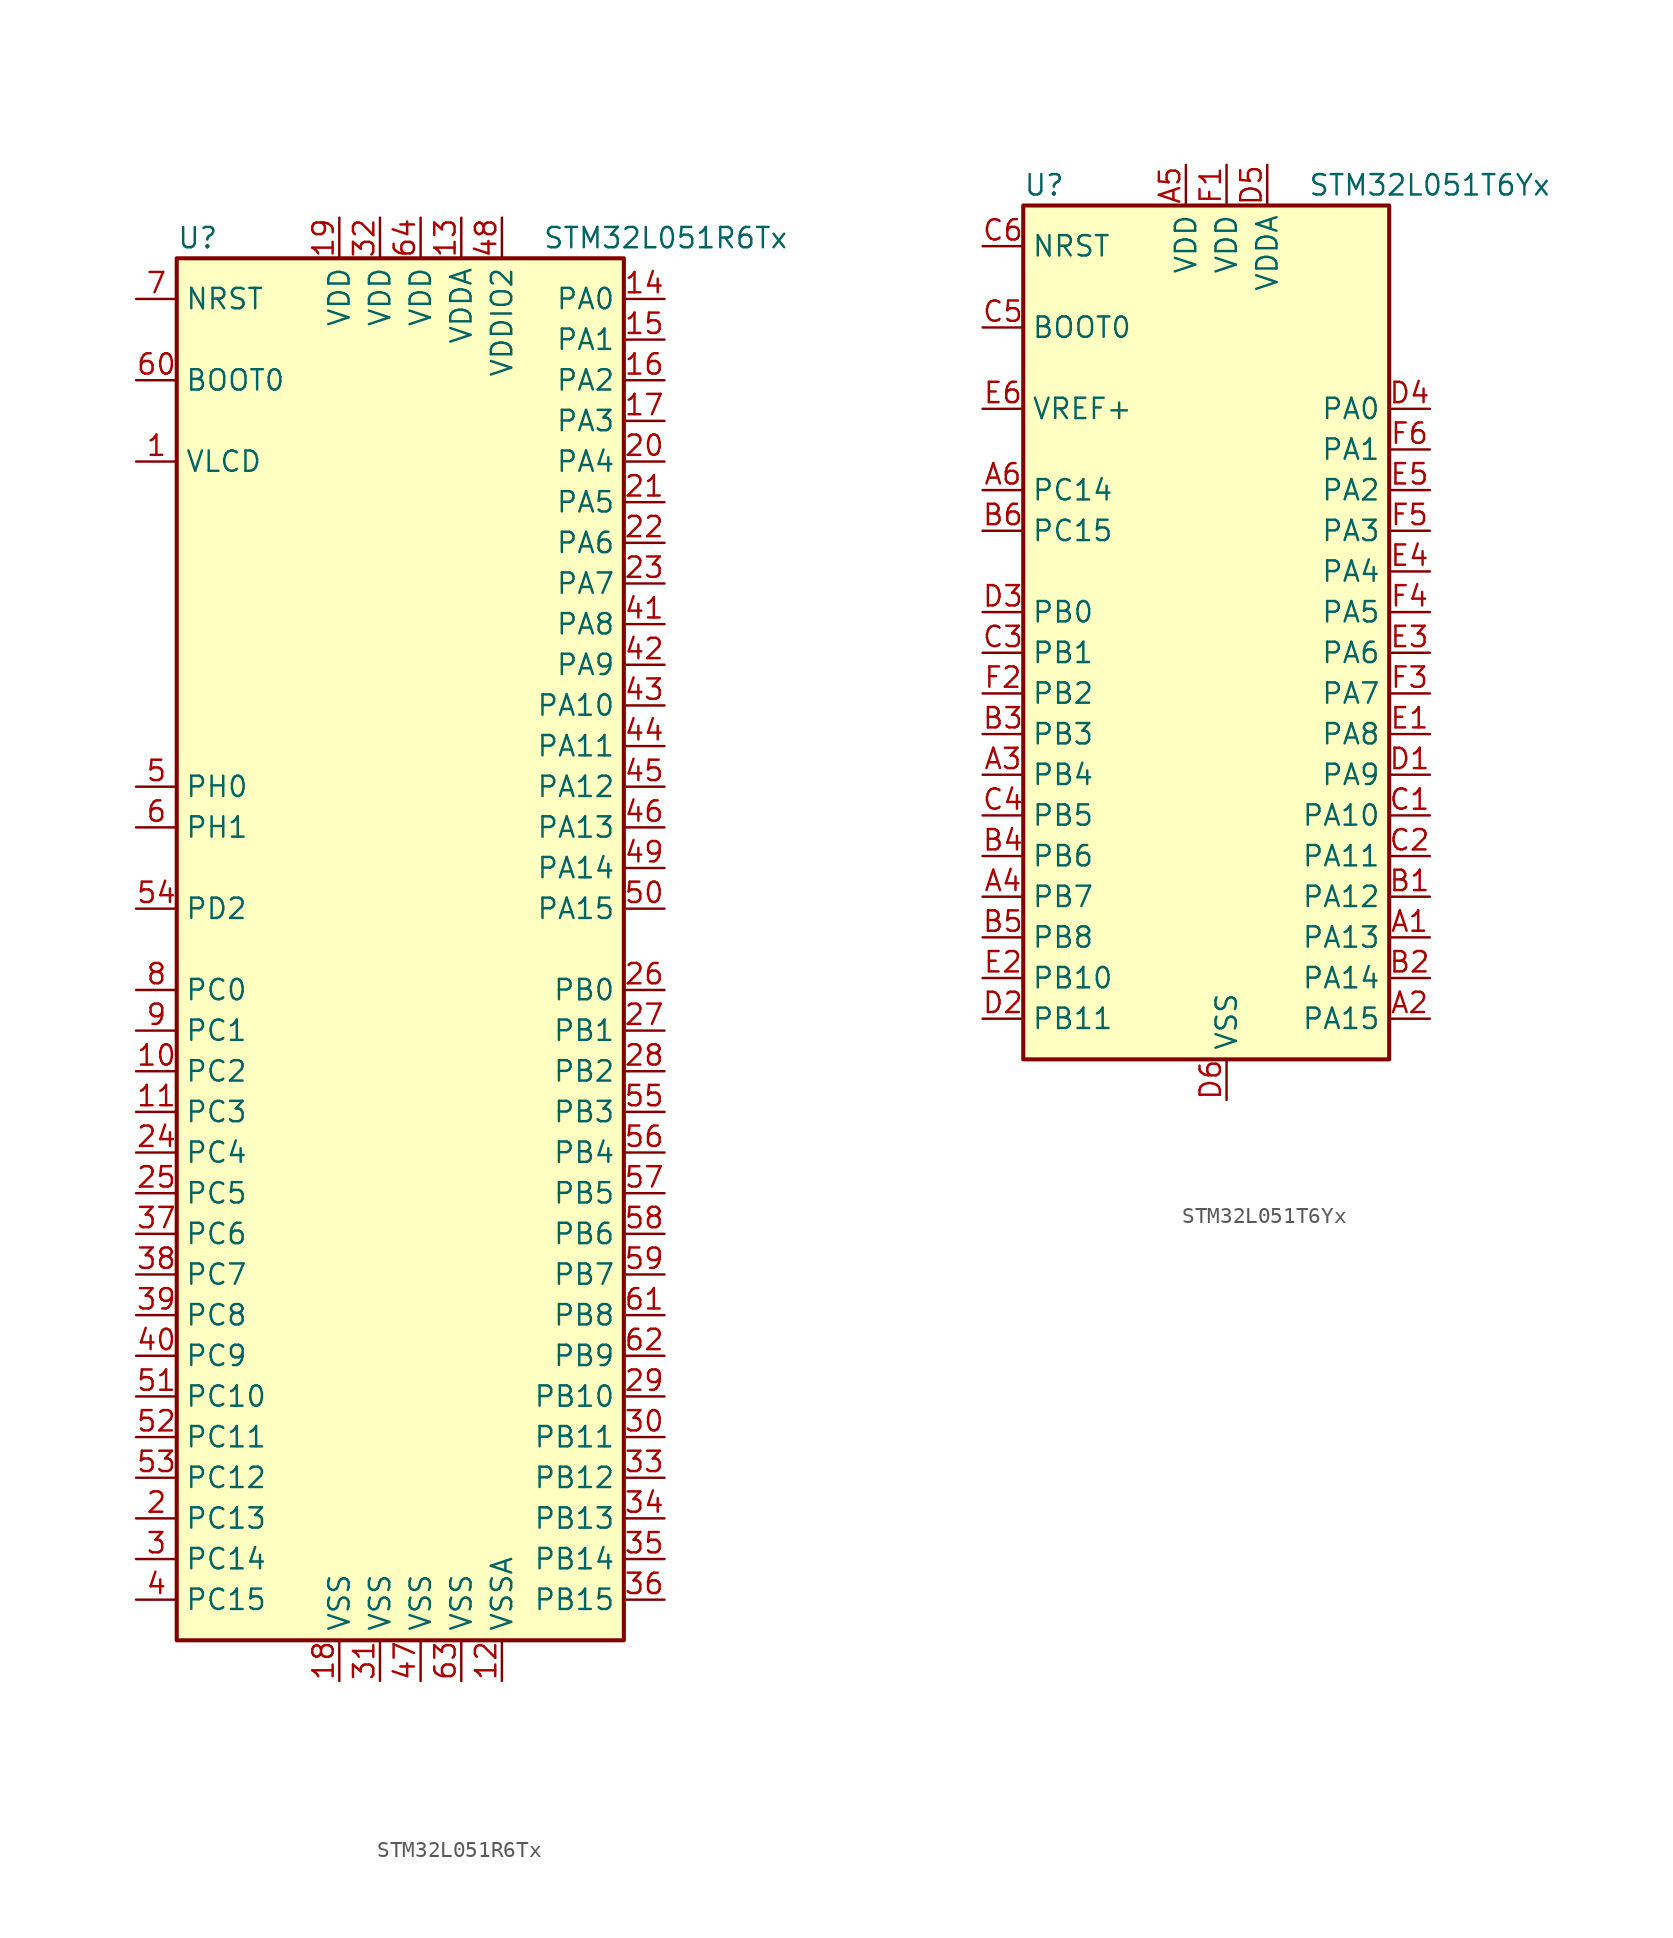
<source format=kicad_sym>
(kicad_symbol_lib
  (version 20201005)
  (generator kicad_symbol_editor)
  (symbol "STM32L051R6Tx"
    (property "Reference" "U"
      (at -15.24 44.45 0)
      (effects (font (size 1.27 1.27)) (justify left)))
    (property "Value" "STM32L051R6Tx"
      (at 7.62 44.45 0)
      (effects (font (size 1.27 1.27)) (justify left)))
    (symbol "STM32L051R6Tx_0_1"
      (rectangle (start -15.24 -43.18) (end 12.7 43.18) (stroke (width 0.254)) (fill (type background))))
    (symbol "STM32L051R6Tx_1_1"
      (pin power_in line (at -17.78 30.48 0) (length 2.54) (name "VLCD" (effects (font (size 1.27 1.27)))) (number "1" (effects (font (size 1.27 1.27)))))
      (pin bidirectional line (at -17.78 -7.62 0) (length 2.54) (name "PC2" (effects (font (size 1.27 1.27)))) (number "10" (effects (font (size 1.27 1.27)))))
      (pin bidirectional line (at -17.78 -10.16 0) (length 2.54) (name "PC3" (effects (font (size 1.27 1.27)))) (number "11" (effects (font (size 1.27 1.27)))))
      (pin power_in line (at 5.08 -45.72 90) (length 2.54) (name "VSSA" (effects (font (size 1.27 1.27)))) (number "12" (effects (font (size 1.27 1.27)))))
      (pin power_in line (at 2.54 45.72 270) (length 2.54) (name "VDDA" (effects (font (size 1.27 1.27)))) (number "13" (effects (font (size 1.27 1.27)))))
      (pin bidirectional line (at 15.24 40.64 180) (length 2.54) (name "PA0" (effects (font (size 1.27 1.27)))) (number "14" (effects (font (size 1.27 1.27)))))
      (pin bidirectional line (at 15.24 38.1 180) (length 2.54) (name "PA1" (effects (font (size 1.27 1.27)))) (number "15" (effects (font (size 1.27 1.27)))))
      (pin bidirectional line (at 15.24 35.56 180) (length 2.54) (name "PA2" (effects (font (size 1.27 1.27)))) (number "16" (effects (font (size 1.27 1.27)))))
      (pin bidirectional line (at 15.24 33.02 180) (length 2.54) (name "PA3" (effects (font (size 1.27 1.27)))) (number "17" (effects (font (size 1.27 1.27)))))
      (pin power_in line (at -5.08 -45.72 90) (length 2.54) (name "VSS" (effects (font (size 1.27 1.27)))) (number "18" (effects (font (size 1.27 1.27)))))
      (pin power_in line (at -5.08 45.72 270) (length 2.54) (name "VDD" (effects (font (size 1.27 1.27)))) (number "19" (effects (font (size 1.27 1.27)))))
      (pin bidirectional line (at -17.78 -35.56 0) (length 2.54) (name "PC13" (effects (font (size 1.27 1.27)))) (number "2" (effects (font (size 1.27 1.27)))))
      (pin bidirectional line (at 15.24 30.48 180) (length 2.54) (name "PA4" (effects (font (size 1.27 1.27)))) (number "20" (effects (font (size 1.27 1.27)))))
      (pin bidirectional line (at 15.24 27.94 180) (length 2.54) (name "PA5" (effects (font (size 1.27 1.27)))) (number "21" (effects (font (size 1.27 1.27)))))
      (pin bidirectional line (at 15.24 25.4 180) (length 2.54) (name "PA6" (effects (font (size 1.27 1.27)))) (number "22" (effects (font (size 1.27 1.27)))))
      (pin bidirectional line (at 15.24 22.86 180) (length 2.54) (name "PA7" (effects (font (size 1.27 1.27)))) (number "23" (effects (font (size 1.27 1.27)))))
      (pin bidirectional line (at -17.78 -12.7 0) (length 2.54) (name "PC4" (effects (font (size 1.27 1.27)))) (number "24" (effects (font (size 1.27 1.27)))))
      (pin bidirectional line (at -17.78 -15.24 0) (length 2.54) (name "PC5" (effects (font (size 1.27 1.27)))) (number "25" (effects (font (size 1.27 1.27)))))
      (pin bidirectional line (at 15.24 -2.54 180) (length 2.54) (name "PB0" (effects (font (size 1.27 1.27)))) (number "26" (effects (font (size 1.27 1.27)))))
      (pin bidirectional line (at 15.24 -5.08 180) (length 2.54) (name "PB1" (effects (font (size 1.27 1.27)))) (number "27" (effects (font (size 1.27 1.27)))))
      (pin bidirectional line (at 15.24 -7.62 180) (length 2.54) (name "PB2" (effects (font (size 1.27 1.27)))) (number "28" (effects (font (size 1.27 1.27)))))
      (pin bidirectional line (at 15.24 -27.94 180) (length 2.54) (name "PB10" (effects (font (size 1.27 1.27)))) (number "29" (effects (font (size 1.27 1.27)))))
      (pin bidirectional line (at -17.78 -38.1 0) (length 2.54) (name "PC14" (effects (font (size 1.27 1.27)))) (number "3" (effects (font (size 1.27 1.27)))))
      (pin bidirectional line (at 15.24 -30.48 180) (length 2.54) (name "PB11" (effects (font (size 1.27 1.27)))) (number "30" (effects (font (size 1.27 1.27)))))
      (pin power_in line (at -2.54 -45.72 90) (length 2.54) (name "VSS" (effects (font (size 1.27 1.27)))) (number "31" (effects (font (size 1.27 1.27)))))
      (pin power_in line (at -2.54 45.72 270) (length 2.54) (name "VDD" (effects (font (size 1.27 1.27)))) (number "32" (effects (font (size 1.27 1.27)))))
      (pin bidirectional line (at 15.24 -33.02 180) (length 2.54) (name "PB12" (effects (font (size 1.27 1.27)))) (number "33" (effects (font (size 1.27 1.27)))))
      (pin bidirectional line (at 15.24 -35.56 180) (length 2.54) (name "PB13" (effects (font (size 1.27 1.27)))) (number "34" (effects (font (size 1.27 1.27)))))
      (pin bidirectional line (at 15.24 -38.1 180) (length 2.54) (name "PB14" (effects (font (size 1.27 1.27)))) (number "35" (effects (font (size 1.27 1.27)))))
      (pin bidirectional line (at 15.24 -40.64 180) (length 2.54) (name "PB15" (effects (font (size 1.27 1.27)))) (number "36" (effects (font (size 1.27 1.27)))))
      (pin bidirectional line (at -17.78 -17.78 0) (length 2.54) (name "PC6" (effects (font (size 1.27 1.27)))) (number "37" (effects (font (size 1.27 1.27)))))
      (pin bidirectional line (at -17.78 -20.32 0) (length 2.54) (name "PC7" (effects (font (size 1.27 1.27)))) (number "38" (effects (font (size 1.27 1.27)))))
      (pin bidirectional line (at -17.78 -22.86 0) (length 2.54) (name "PC8" (effects (font (size 1.27 1.27)))) (number "39" (effects (font (size 1.27 1.27)))))
      (pin bidirectional line (at -17.78 -40.64 0) (length 2.54) (name "PC15" (effects (font (size 1.27 1.27)))) (number "4" (effects (font (size 1.27 1.27)))))
      (pin bidirectional line (at -17.78 -25.4 0) (length 2.54) (name "PC9" (effects (font (size 1.27 1.27)))) (number "40" (effects (font (size 1.27 1.27)))))
      (pin bidirectional line (at 15.24 20.32 180) (length 2.54) (name "PA8" (effects (font (size 1.27 1.27)))) (number "41" (effects (font (size 1.27 1.27)))))
      (pin bidirectional line (at 15.24 17.78 180) (length 2.54) (name "PA9" (effects (font (size 1.27 1.27)))) (number "42" (effects (font (size 1.27 1.27)))))
      (pin bidirectional line (at 15.24 15.24 180) (length 2.54) (name "PA10" (effects (font (size 1.27 1.27)))) (number "43" (effects (font (size 1.27 1.27)))))
      (pin bidirectional line (at 15.24 12.7 180) (length 2.54) (name "PA11" (effects (font (size 1.27 1.27)))) (number "44" (effects (font (size 1.27 1.27)))))
      (pin bidirectional line (at 15.24 10.16 180) (length 2.54) (name "PA12" (effects (font (size 1.27 1.27)))) (number "45" (effects (font (size 1.27 1.27)))))
      (pin bidirectional line (at 15.24 7.62 180) (length 2.54) (name "PA13" (effects (font (size 1.27 1.27)))) (number "46" (effects (font (size 1.27 1.27)))))
      (pin power_in line (at 0 -45.72 90) (length 2.54) (name "VSS" (effects (font (size 1.27 1.27)))) (number "47" (effects (font (size 1.27 1.27)))))
      (pin power_in line (at 5.08 45.72 270) (length 2.54) (name "VDDIO2" (effects (font (size 1.27 1.27)))) (number "48" (effects (font (size 1.27 1.27)))))
      (pin bidirectional line (at 15.24 5.08 180) (length 2.54) (name "PA14" (effects (font (size 1.27 1.27)))) (number "49" (effects (font (size 1.27 1.27)))))
      (pin input line (at -17.78 10.16 0) (length 2.54) (name "PH0" (effects (font (size 1.27 1.27)))) (number "5" (effects (font (size 1.27 1.27)))))
      (pin bidirectional line (at 15.24 2.54 180) (length 2.54) (name "PA15" (effects (font (size 1.27 1.27)))) (number "50" (effects (font (size 1.27 1.27)))))
      (pin bidirectional line (at -17.78 -27.94 0) (length 2.54) (name "PC10" (effects (font (size 1.27 1.27)))) (number "51" (effects (font (size 1.27 1.27)))))
      (pin bidirectional line (at -17.78 -30.48 0) (length 2.54) (name "PC11" (effects (font (size 1.27 1.27)))) (number "52" (effects (font (size 1.27 1.27)))))
      (pin bidirectional line (at -17.78 -33.02 0) (length 2.54) (name "PC12" (effects (font (size 1.27 1.27)))) (number "53" (effects (font (size 1.27 1.27)))))
      (pin bidirectional line (at -17.78 2.54 0) (length 2.54) (name "PD2" (effects (font (size 1.27 1.27)))) (number "54" (effects (font (size 1.27 1.27)))))
      (pin bidirectional line (at 15.24 -10.16 180) (length 2.54) (name "PB3" (effects (font (size 1.27 1.27)))) (number "55" (effects (font (size 1.27 1.27)))))
      (pin bidirectional line (at 15.24 -12.7 180) (length 2.54) (name "PB4" (effects (font (size 1.27 1.27)))) (number "56" (effects (font (size 1.27 1.27)))))
      (pin bidirectional line (at 15.24 -15.24 180) (length 2.54) (name "PB5" (effects (font (size 1.27 1.27)))) (number "57" (effects (font (size 1.27 1.27)))))
      (pin bidirectional line (at 15.24 -17.78 180) (length 2.54) (name "PB6" (effects (font (size 1.27 1.27)))) (number "58" (effects (font (size 1.27 1.27)))))
      (pin bidirectional line (at 15.24 -20.32 180) (length 2.54) (name "PB7" (effects (font (size 1.27 1.27)))) (number "59" (effects (font (size 1.27 1.27)))))
      (pin input line (at -17.78 7.62 0) (length 2.54) (name "PH1" (effects (font (size 1.27 1.27)))) (number "6" (effects (font (size 1.27 1.27)))))
      (pin input line (at -17.78 35.56 0) (length 2.54) (name "BOOT0" (effects (font (size 1.27 1.27)))) (number "60" (effects (font (size 1.27 1.27)))))
      (pin bidirectional line (at 15.24 -22.86 180) (length 2.54) (name "PB8" (effects (font (size 1.27 1.27)))) (number "61" (effects (font (size 1.27 1.27)))))
      (pin bidirectional line (at 15.24 -25.4 180) (length 2.54) (name "PB9" (effects (font (size 1.27 1.27)))) (number "62" (effects (font (size 1.27 1.27)))))
      (pin power_in line (at 2.54 -45.72 90) (length 2.54) (name "VSS" (effects (font (size 1.27 1.27)))) (number "63" (effects (font (size 1.27 1.27)))))
      (pin power_in line (at 0 45.72 270) (length 2.54) (name "VDD" (effects (font (size 1.27 1.27)))) (number "64" (effects (font (size 1.27 1.27)))))
      (pin input line (at -17.78 40.64 0) (length 2.54) (name "NRST" (effects (font (size 1.27 1.27)))) (number "7" (effects (font (size 1.27 1.27)))))
      (pin bidirectional line (at -17.78 -2.54 0) (length 2.54) (name "PC0" (effects (font (size 1.27 1.27)))) (number "8" (effects (font (size 1.27 1.27)))))
      (pin bidirectional line (at -17.78 -5.08 0) (length 2.54) (name "PC1" (effects (font (size 1.27 1.27)))) (number "9" (effects (font (size 1.27 1.27)))))))
  (symbol "STM32L051T6Yx"
    (property "Reference" "U"
      (at -12.7 26.67 0)
      (effects (font (size 1.27 1.27)) (justify left)))
    (property "Value" "STM32L051T6Yx"
      (at 5.08 26.67 0)
      (effects (font (size 1.27 1.27)) (justify left)))
    (symbol "STM32L051T6Yx_0_1"
      (rectangle (start -12.7 -27.94) (end 10.16 25.4) (stroke (width 0.254)) (fill (type background))))
    (symbol "STM32L051T6Yx_1_1"
      (pin bidirectional line (at 12.7 -20.32 180) (length 2.54) (name "PA13" (effects (font (size 1.27 1.27)))) (number "A1" (effects (font (size 1.27 1.27)))))
      (pin bidirectional line (at 12.7 -25.4 180) (length 2.54) (name "PA15" (effects (font (size 1.27 1.27)))) (number "A2" (effects (font (size 1.27 1.27)))))
      (pin bidirectional line (at -15.24 -10.16 0) (length 2.54) (name "PB4" (effects (font (size 1.27 1.27)))) (number "A3" (effects (font (size 1.27 1.27)))))
      (pin bidirectional line (at -15.24 -17.78 0) (length 2.54) (name "PB7" (effects (font (size 1.27 1.27)))) (number "A4" (effects (font (size 1.27 1.27)))))
      (pin power_in line (at -2.54 27.94 270) (length 2.54) (name "VDD" (effects (font (size 1.27 1.27)))) (number "A5" (effects (font (size 1.27 1.27)))))
      (pin bidirectional line (at -15.24 7.62 0) (length 2.54) (name "PC14" (effects (font (size 1.27 1.27)))) (number "A6" (effects (font (size 1.27 1.27)))))
      (pin bidirectional line (at 12.7 -17.78 180) (length 2.54) (name "PA12" (effects (font (size 1.27 1.27)))) (number "B1" (effects (font (size 1.27 1.27)))))
      (pin bidirectional line (at 12.7 -22.86 180) (length 2.54) (name "PA14" (effects (font (size 1.27 1.27)))) (number "B2" (effects (font (size 1.27 1.27)))))
      (pin bidirectional line (at -15.24 -7.62 0) (length 2.54) (name "PB3" (effects (font (size 1.27 1.27)))) (number "B3" (effects (font (size 1.27 1.27)))))
      (pin bidirectional line (at -15.24 -15.24 0) (length 2.54) (name "PB6" (effects (font (size 1.27 1.27)))) (number "B4" (effects (font (size 1.27 1.27)))))
      (pin bidirectional line (at -15.24 -20.32 0) (length 2.54) (name "PB8" (effects (font (size 1.27 1.27)))) (number "B5" (effects (font (size 1.27 1.27)))))
      (pin bidirectional line (at -15.24 5.08 0) (length 2.54) (name "PC15" (effects (font (size 1.27 1.27)))) (number "B6" (effects (font (size 1.27 1.27)))))
      (pin bidirectional line (at 12.7 -12.7 180) (length 2.54) (name "PA10" (effects (font (size 1.27 1.27)))) (number "C1" (effects (font (size 1.27 1.27)))))
      (pin bidirectional line (at 12.7 -15.24 180) (length 2.54) (name "PA11" (effects (font (size 1.27 1.27)))) (number "C2" (effects (font (size 1.27 1.27)))))
      (pin bidirectional line (at -15.24 -2.54 0) (length 2.54) (name "PB1" (effects (font (size 1.27 1.27)))) (number "C3" (effects (font (size 1.27 1.27)))))
      (pin bidirectional line (at -15.24 -12.7 0) (length 2.54) (name "PB5" (effects (font (size 1.27 1.27)))) (number "C4" (effects (font (size 1.27 1.27)))))
      (pin input line (at -15.24 17.78 0) (length 2.54) (name "BOOT0" (effects (font (size 1.27 1.27)))) (number "C5" (effects (font (size 1.27 1.27)))))
      (pin input line (at -15.24 22.86 0) (length 2.54) (name "NRST" (effects (font (size 1.27 1.27)))) (number "C6" (effects (font (size 1.27 1.27)))))
      (pin bidirectional line (at 12.7 -10.16 180) (length 2.54) (name "PA9" (effects (font (size 1.27 1.27)))) (number "D1" (effects (font (size 1.27 1.27)))))
      (pin bidirectional line (at -15.24 -25.4 0) (length 2.54) (name "PB11" (effects (font (size 1.27 1.27)))) (number "D2" (effects (font (size 1.27 1.27)))))
      (pin bidirectional line (at -15.24 0 0) (length 2.54) (name "PB0" (effects (font (size 1.27 1.27)))) (number "D3" (effects (font (size 1.27 1.27)))))
      (pin bidirectional line (at 12.7 12.7 180) (length 2.54) (name "PA0" (effects (font (size 1.27 1.27)))) (number "D4" (effects (font (size 1.27 1.27)))))
      (pin power_in line (at 2.54 27.94 270) (length 2.54) (name "VDDA" (effects (font (size 1.27 1.27)))) (number "D5" (effects (font (size 1.27 1.27)))))
      (pin power_in line (at 0 -30.48 90) (length 2.54) (name "VSS" (effects (font (size 1.27 1.27)))) (number "D6" (effects (font (size 1.27 1.27)))))
      (pin bidirectional line (at 12.7 -7.62 180) (length 2.54) (name "PA8" (effects (font (size 1.27 1.27)))) (number "E1" (effects (font (size 1.27 1.27)))))
      (pin bidirectional line (at -15.24 -22.86 0) (length 2.54) (name "PB10" (effects (font (size 1.27 1.27)))) (number "E2" (effects (font (size 1.27 1.27)))))
      (pin bidirectional line (at 12.7 -2.54 180) (length 2.54) (name "PA6" (effects (font (size 1.27 1.27)))) (number "E3" (effects (font (size 1.27 1.27)))))
      (pin bidirectional line (at 12.7 2.54 180) (length 2.54) (name "PA4" (effects (font (size 1.27 1.27)))) (number "E4" (effects (font (size 1.27 1.27)))))
      (pin bidirectional line (at 12.7 7.62 180) (length 2.54) (name "PA2" (effects (font (size 1.27 1.27)))) (number "E5" (effects (font (size 1.27 1.27)))))
      (pin power_in line (at -15.24 12.7 0) (length 2.54) (name "VREF+" (effects (font (size 1.27 1.27)))) (number "E6" (effects (font (size 1.27 1.27)))))
      (pin power_in line (at 0 27.94 270) (length 2.54) (name "VDD" (effects (font (size 1.27 1.27)))) (number "F1" (effects (font (size 1.27 1.27)))))
      (pin bidirectional line (at -15.24 -5.08 0) (length 2.54) (name "PB2" (effects (font (size 1.27 1.27)))) (number "F2" (effects (font (size 1.27 1.27)))))
      (pin bidirectional line (at 12.7 -5.08 180) (length 2.54) (name "PA7" (effects (font (size 1.27 1.27)))) (number "F3" (effects (font (size 1.27 1.27)))))
      (pin bidirectional line (at 12.7 0 180) (length 2.54) (name "PA5" (effects (font (size 1.27 1.27)))) (number "F4" (effects (font (size 1.27 1.27)))))
      (pin bidirectional line (at 12.7 5.08 180) (length 2.54) (name "PA3" (effects (font (size 1.27 1.27)))) (number "F5" (effects (font (size 1.27 1.27)))))
      (pin bidirectional line (at 12.7 10.16 180) (length 2.54) (name "PA1" (effects (font (size 1.27 1.27)))) (number "F6" (effects (font (size 1.27 1.27))))))))
</source>
